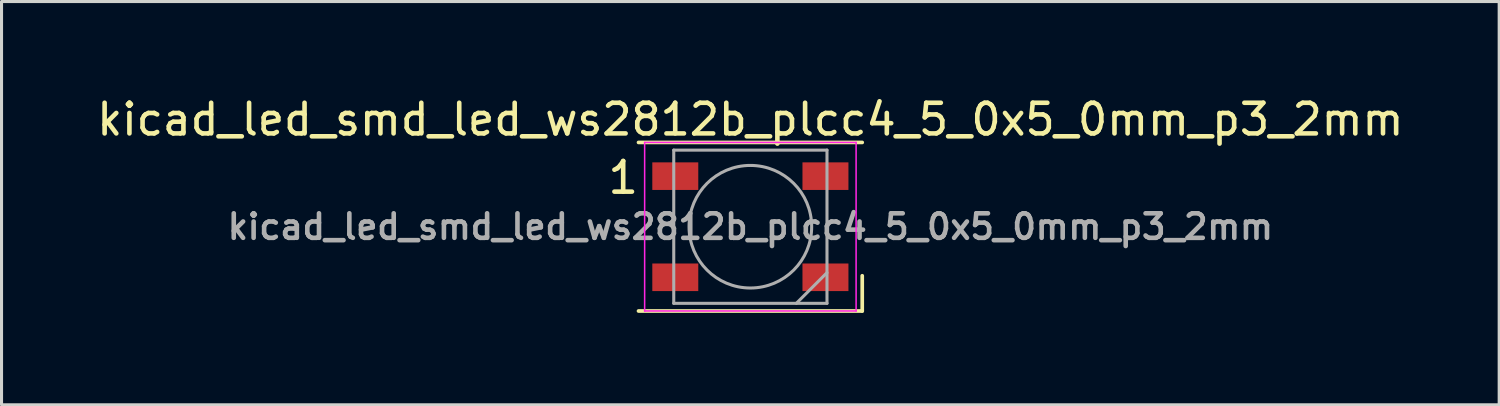
<source format=kicad_pcb>
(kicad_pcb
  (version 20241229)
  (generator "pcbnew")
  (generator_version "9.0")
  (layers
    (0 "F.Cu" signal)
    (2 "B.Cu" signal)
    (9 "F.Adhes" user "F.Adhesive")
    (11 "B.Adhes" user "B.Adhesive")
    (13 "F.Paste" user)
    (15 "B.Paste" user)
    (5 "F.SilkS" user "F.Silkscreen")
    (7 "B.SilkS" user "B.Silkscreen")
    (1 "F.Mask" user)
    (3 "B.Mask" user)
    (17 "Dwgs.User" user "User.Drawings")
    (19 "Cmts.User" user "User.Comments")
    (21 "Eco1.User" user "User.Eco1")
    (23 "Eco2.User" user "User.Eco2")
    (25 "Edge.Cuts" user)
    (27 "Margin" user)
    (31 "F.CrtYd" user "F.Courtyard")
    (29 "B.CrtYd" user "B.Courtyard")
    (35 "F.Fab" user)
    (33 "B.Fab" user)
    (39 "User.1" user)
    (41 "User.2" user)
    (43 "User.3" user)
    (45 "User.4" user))
  (footprint "kicad_led_smd_led_ws2812b_plcc4_5_0x5_0mm_p3_2mm"
    (layer "F.Cu")
    (at 21.435 4.348)
    (property "Reference" "kicad_led_smd_led_ws2812b_plcc4_5_0x5_0mm_p3_2mm" (at 0 -3.5 0) (layer "F.SilkS") (effects (font (size 1 1) (thickness 0.15))))
    (attr smd)
    (fp_line (start -3.65 -2.75) (end 3.65 -2.75) (stroke (width 0.12) (type solid)) (layer "F.SilkS"))
    (fp_line (start -3.65 2.75) (end 3.65 2.75) (stroke (width 0.12) (type solid)) (layer "F.SilkS"))
    (fp_line (start 3.65 2.75) (end 3.65 1.6) (stroke (width 0.12) (type solid)) (layer "F.SilkS"))
    (fp_line (start -3.45 -2.75) (end -3.45 2.75) (stroke (width 0.05) (type solid)) (layer "F.CrtYd"))
    (fp_line (start -3.45 2.75) (end 3.45 2.75) (stroke (width 0.05) (type solid)) (layer "F.CrtYd"))
    (fp_line (start 3.45 -2.75) (end -3.45 -2.75) (stroke (width 0.05) (type solid)) (layer "F.CrtYd"))
    (fp_line (start 3.45 2.75) (end 3.45 -2.75) (stroke (width 0.05) (type solid)) (layer "F.CrtYd"))
    (fp_line (start -2.5 -2.5) (end -2.5 2.5) (stroke (width 0.1) (type solid)) (layer "F.Fab"))
    (fp_line (start -2.5 2.5) (end 2.5 2.5) (stroke (width 0.1) (type solid)) (layer "F.Fab"))
    (fp_line (start 2.5 -2.5) (end -2.5 -2.5) (stroke (width 0.1) (type solid)) (layer "F.Fab"))
    (fp_line (start 2.5 1.5) (end 1.5 2.5) (stroke (width 0.1) (type solid)) (layer "F.Fab"))
    (fp_line (start 2.5 2.5) (end 2.5 -2.5) (stroke (width 0.1) (type solid)) (layer "F.Fab"))
    (fp_circle (center 0 0) (end 0 -2) (stroke (width 0.1) (type solid)) (fill no) (layer "F.Fab"))
    (fp_text user "1" (at -4.15 -1.6 0) (layer "F.SilkS") (effects (font (size 1 1) (thickness 0.15))))
    (fp_text user "${REFERENCE}" (at 0 0 0) (layer "F.Fab") (effects (font (size 0.8 0.8) (thickness 0.15))))
    (pad "1" smd rect (at -2.45 -1.65) (size 1.5 0.9) (layers "F.Cu" "F.Mask" "F.Paste"))
    (pad "2" smd rect (at -2.45 1.65) (size 1.5 0.9) (layers "F.Cu" "F.Mask" "F.Paste"))
    (pad "3" smd rect (at 2.45 1.65) (size 1.5 0.9) (layers "F.Cu" "F.Mask" "F.Paste"))
    (pad "4" smd rect (at 2.45 -1.65) (size 1.5 0.9) (layers "F.Cu" "F.Mask" "F.Paste")))
  (gr_rect
    (start -3 -3)
    (end 45.869 10.158)
    (stroke (width 0.1) (type default))
    (fill no)
    (layer "Edge.Cuts")))
</source>
